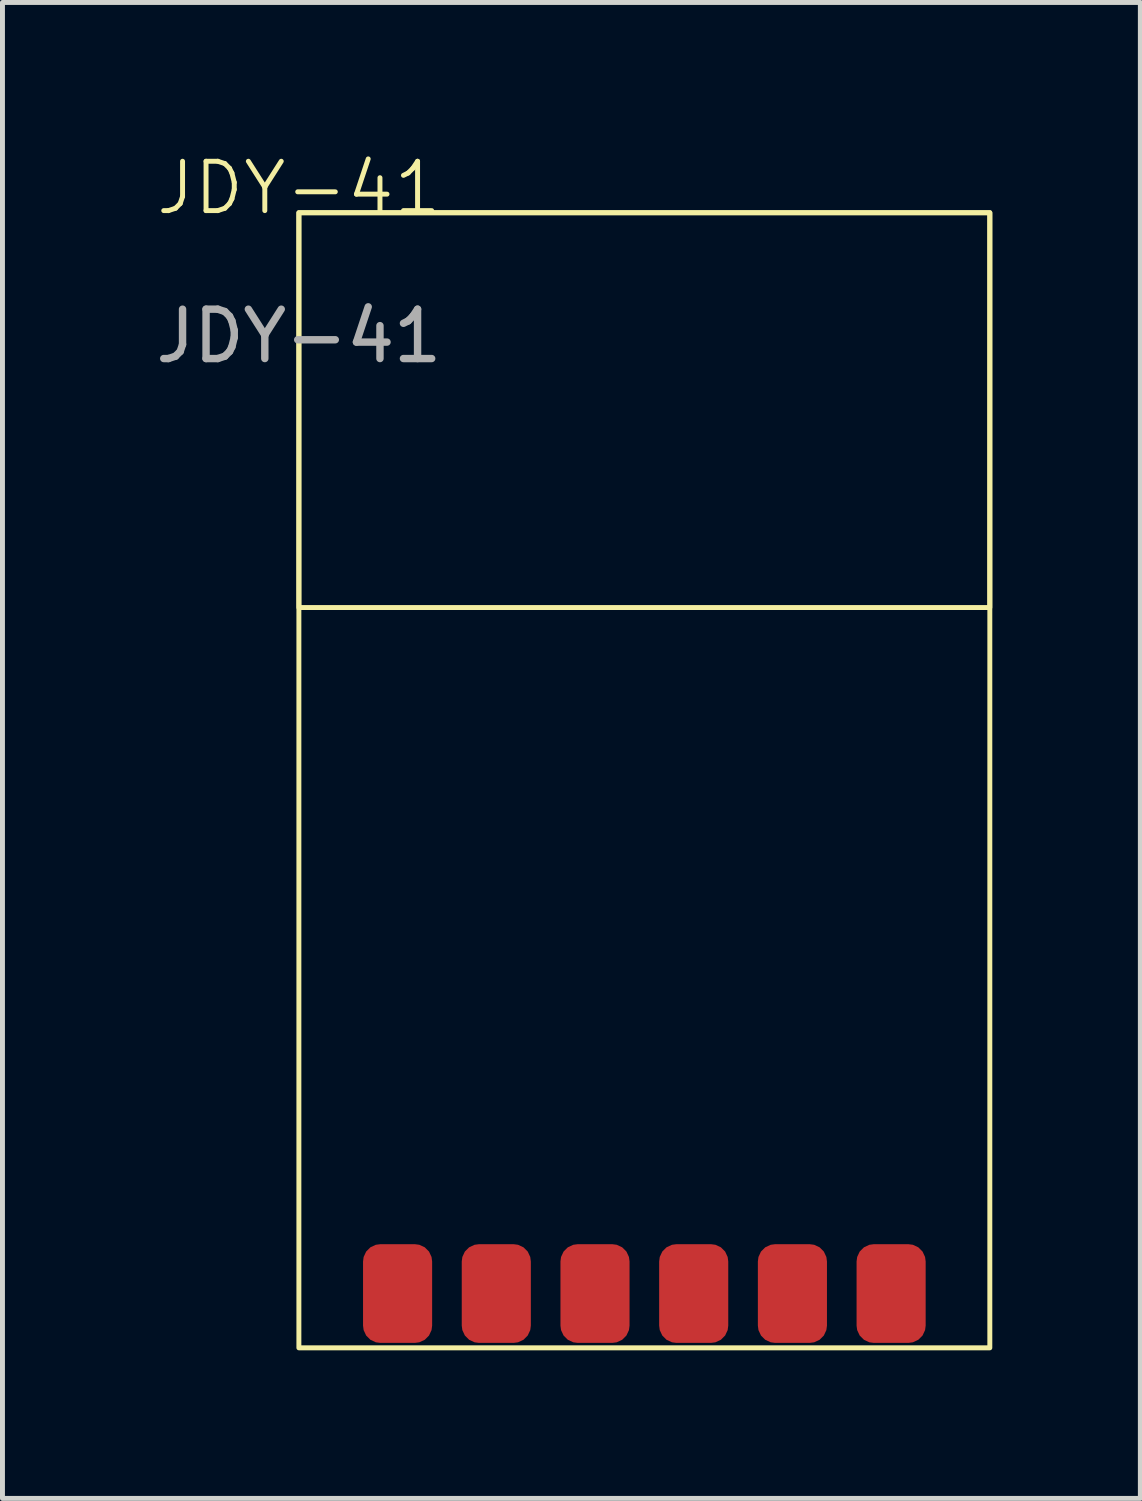
<source format=kicad_pcb>
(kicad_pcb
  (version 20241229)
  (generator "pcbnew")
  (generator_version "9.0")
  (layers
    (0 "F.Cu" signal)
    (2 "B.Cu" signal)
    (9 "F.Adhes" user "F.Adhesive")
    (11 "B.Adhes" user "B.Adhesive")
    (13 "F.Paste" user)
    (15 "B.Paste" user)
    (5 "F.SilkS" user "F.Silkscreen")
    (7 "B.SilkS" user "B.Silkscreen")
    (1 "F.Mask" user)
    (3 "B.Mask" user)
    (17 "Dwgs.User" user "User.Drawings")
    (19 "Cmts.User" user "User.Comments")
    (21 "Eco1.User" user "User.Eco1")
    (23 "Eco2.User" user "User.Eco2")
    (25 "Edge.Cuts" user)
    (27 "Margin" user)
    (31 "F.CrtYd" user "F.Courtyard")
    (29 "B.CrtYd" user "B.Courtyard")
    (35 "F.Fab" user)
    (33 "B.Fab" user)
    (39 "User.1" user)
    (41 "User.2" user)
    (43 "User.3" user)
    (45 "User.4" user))
  (footprint "JDY-41"
    (layer "F.Cu")
    (at 3.006 1.26)
    (property "Reference" "JDY-41" (at 0 -0.5 0) (unlocked yes) (layer "F.SilkS") (effects (font (size 1 1) (thickness 0.1))))
    (attr smd)
    (fp_rect (start 0 0) (end 14 8) (stroke (width 0.1) (type default)) (fill no) (layer "F.SilkS"))
    (fp_rect (start 0 0) (end 14 23) (stroke (width 0.1) (type default)) (fill no) (layer "F.SilkS"))
    (fp_text user "${REFERENCE}" (at 0 2.5 0) (unlocked yes) (layer "F.Fab") (effects (font (size 1 1) (thickness 0.15))))
    (pad "1" smd roundrect (at 2 21.9 90) (size 2 1.4) (layers "F.Cu" "F.Mask" "F.Paste") (roundrect_rratio 0.25))
    (pad "2" smd roundrect (at 4 21.9 90) (size 2 1.4) (layers "F.Cu" "F.Mask" "F.Paste") (roundrect_rratio 0.25))
    (pad "3" smd roundrect (at 6 21.9 90) (size 2 1.4) (layers "F.Cu" "F.Mask" "F.Paste") (roundrect_rratio 0.25))
    (pad "4" smd roundrect (at 8 21.9 90) (size 2 1.4) (layers "F.Cu" "F.Mask" "F.Paste") (roundrect_rratio 0.25))
    (pad "5" smd roundrect (at 10 21.9 90) (size 2 1.4) (layers "F.Cu" "F.Mask" "F.Paste") (roundrect_rratio 0.25))
    (pad "6" smd roundrect (at 12 21.9 90) (size 2 1.4) (layers "F.Cu" "F.Mask" "F.Paste") (roundrect_rratio 0.25)))
  (gr_rect
    (start -3 -3)
    (end 20.056 27.311)
    (stroke (width 0.1) (type default))
    (fill no)
    (layer "Edge.Cuts")))
</source>
